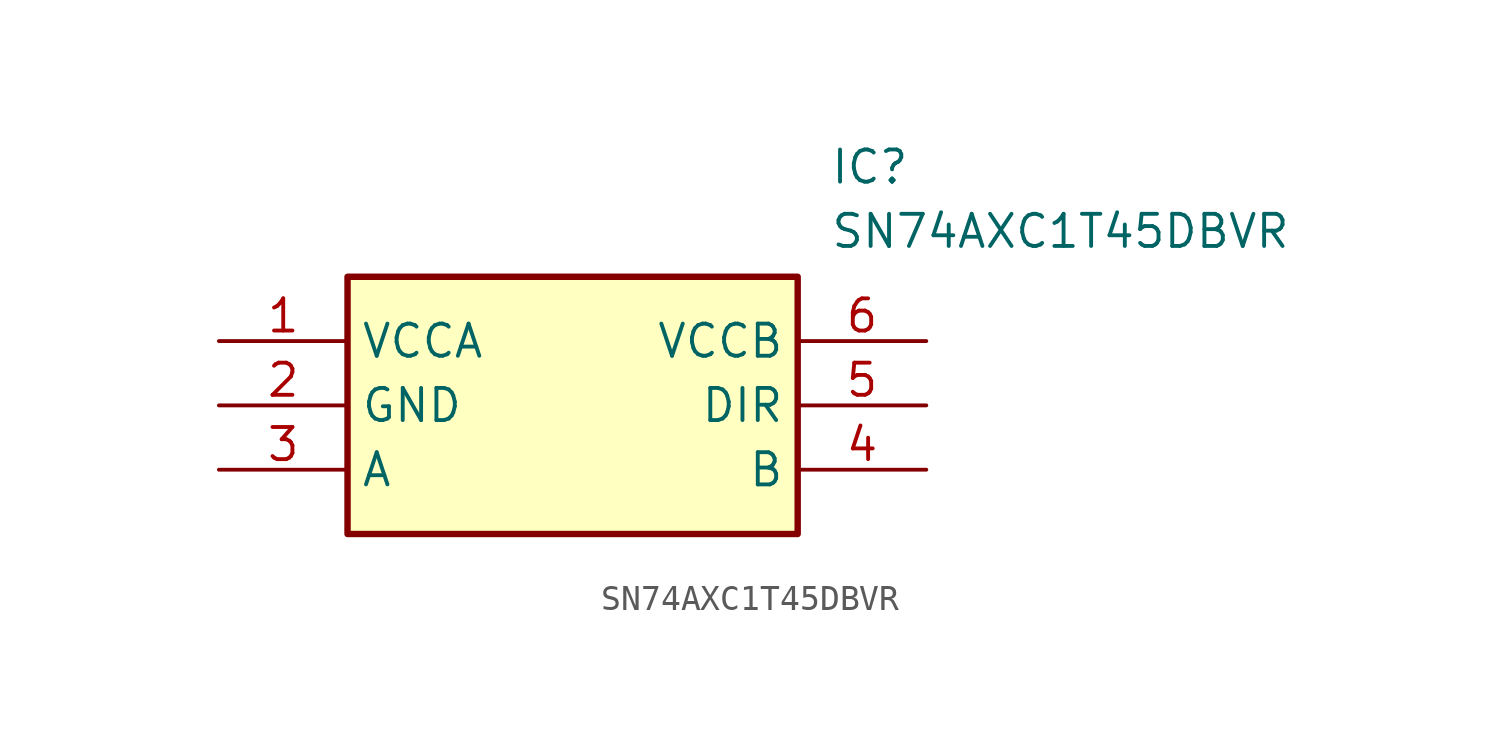
<source format=kicad_sym>
(kicad_symbol_lib
  (version 20211014)
  (generator SamacSys_ECAD_Model)
  (symbol "SN74AXC1T45DBVR"
    (property "Reference" "IC"
      (at 24.13 7.62 0)
      (effects (font (size 1.27 1.27)) (justify left top)))
    (property "Value" "SN74AXC1T45DBVR"
      (at 24.13 5.08 0)
      (effects (font (size 1.27 1.27)) (justify left top)))
    (rectangle
      (start 5.08 2.54)
      (end 22.86 -7.62)
      (stroke (width 0.254) (type default))
      (fill (type background)))
    (pin passive line
      (at 0 0 0)
      (length 5.08)
      (name "VCCA" (effects (font (size 1.27 1.27))))
      (number "1" (effects (font (size 1.27 1.27)))))
    (pin passive line
      (at 0 -2.54 0)
      (length 5.08)
      (name "GND" (effects (font (size 1.27 1.27))))
      (number "2" (effects (font (size 1.27 1.27)))))
    (pin passive line
      (at 0 -5.08 0)
      (length 5.08)
      (name "A" (effects (font (size 1.27 1.27))))
      (number "3" (effects (font (size 1.27 1.27)))))
    (pin passive line
      (at 27.94 0 180)
      (length 5.08)
      (name "VCCB" (effects (font (size 1.27 1.27))))
      (number "6" (effects (font (size 1.27 1.27)))))
    (pin passive line
      (at 27.94 -2.54 180)
      (length 5.08)
      (name "DIR" (effects (font (size 1.27 1.27))))
      (number "5" (effects (font (size 1.27 1.27)))))
    (pin passive line
      (at 27.94 -5.08 180)
      (length 5.08)
      (name "B" (effects (font (size 1.27 1.27))))
      (number "4" (effects (font (size 1.27 1.27)))))))
</source>
